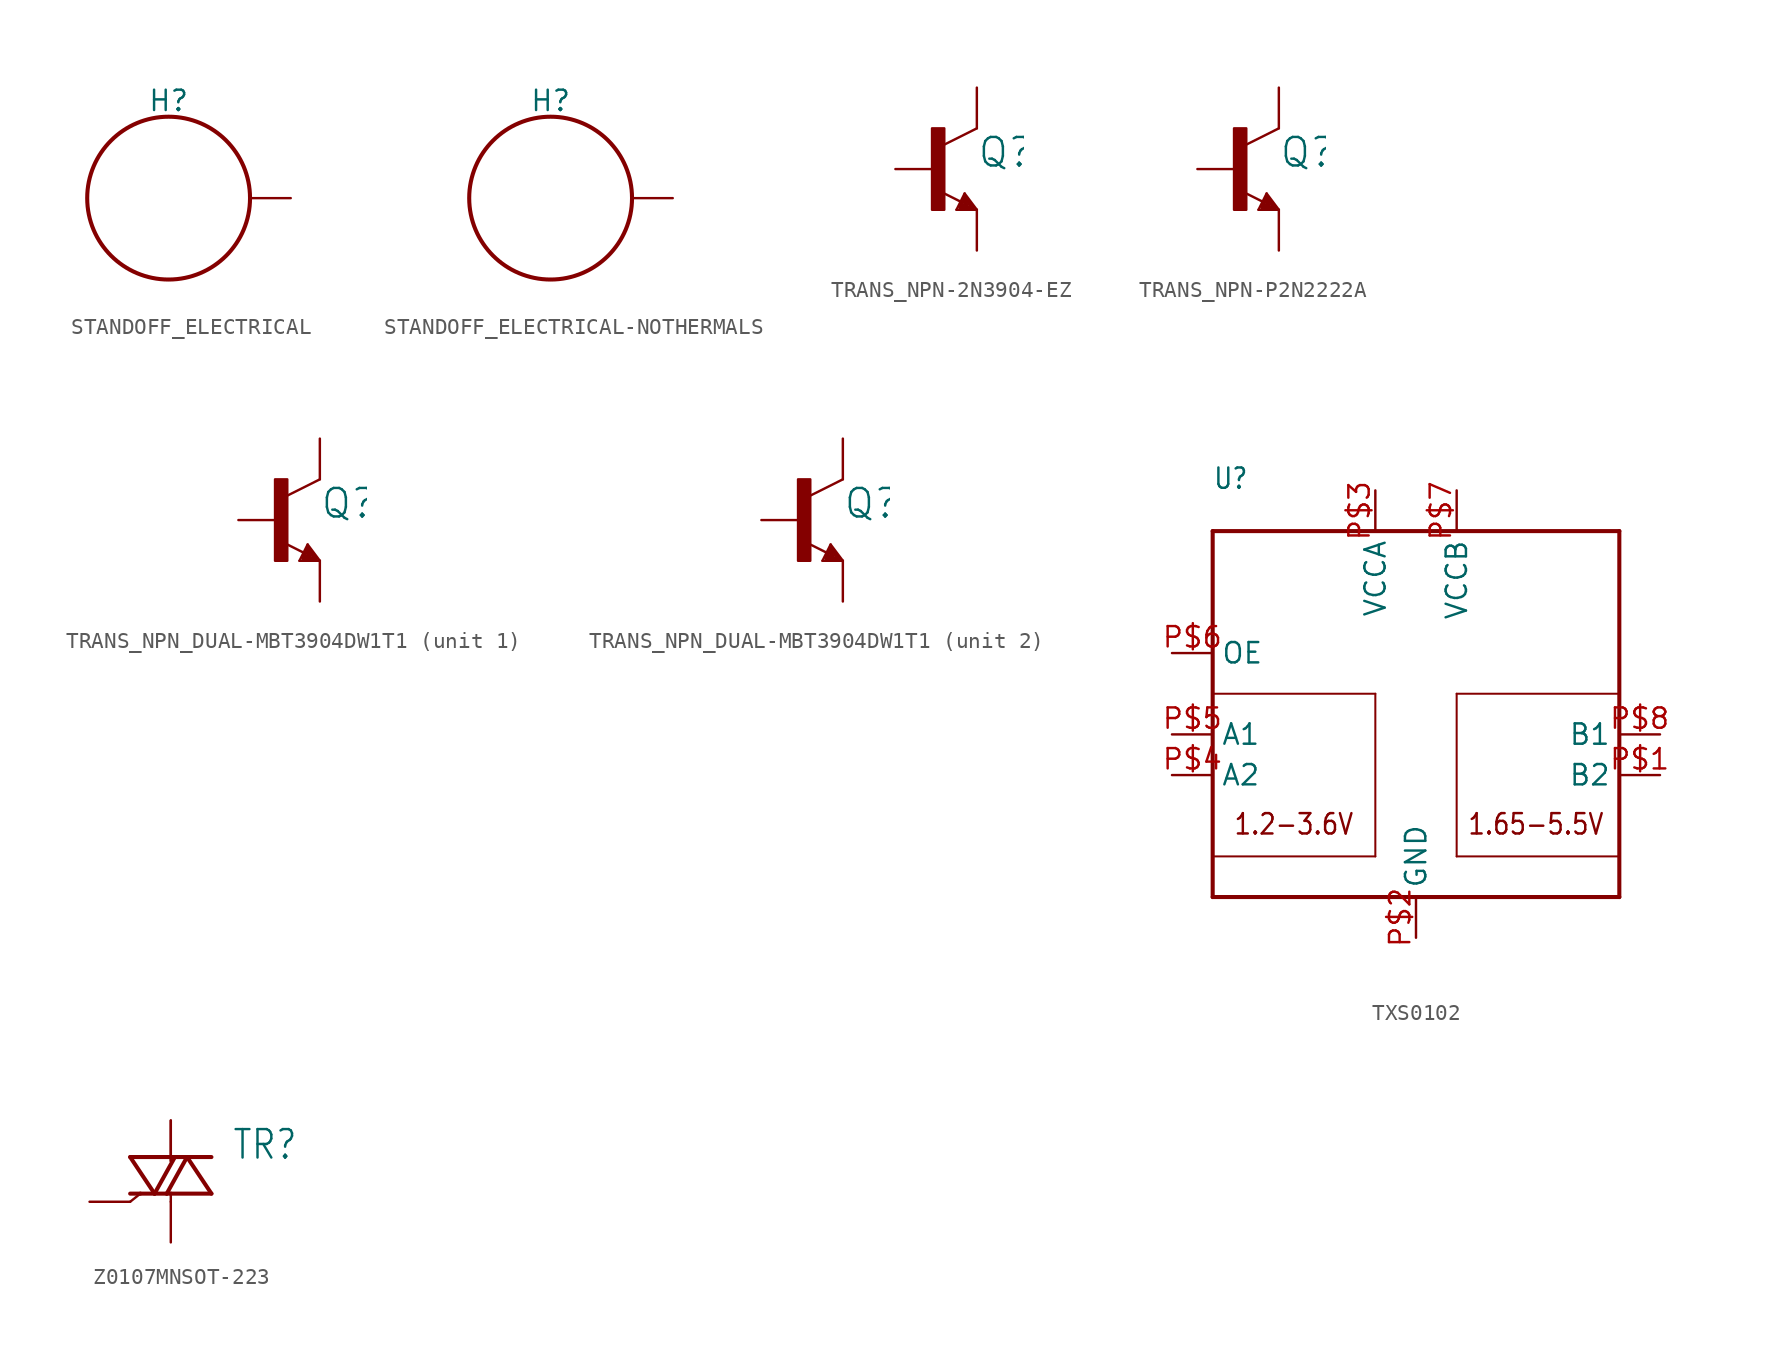
<source format=kicad_sym>
(kicad_symbol_lib
  (version 20220914)
  (generator kicad_symbol_editor)
  (symbol "STANDOFF_ELECTRICAL"
    (property "Reference" "H"
      (at 0 5.334 0)
      (effects (font (size 1.27 1.27)) (justify bottom)))
    (property "Value" ""
      (at 0 -5.334 0)
      (effects (font (size 1.27 1.27)) (justify top)))
    (property "ki_locked" ""
      (at 0 0 0)
      (effects (font (size 1.27 1.27))))
    (symbol "STANDOFF_ELECTRICAL_1_0"
      (circle (center 0 0) (radius 5.08) (stroke (width 0.254) (type solid)) (fill (type none)))
      (pin bidirectional line (at 7.62 0 180) (length 2.54) (name "P$1" (effects (font (size 0 0)))) (number "P1" (effects (font (size 0 0)))))))
  (symbol "STANDOFF_ELECTRICAL-NOTHERMALS"
    (property "Reference" "H"
      (at 0 5.334 0)
      (effects (font (size 1.27 1.27)) (justify bottom)))
    (property "Value" ""
      (at 0 -5.334 0)
      (effects (font (size 1.27 1.27)) (justify top)))
    (property "ki_locked" ""
      (at 0 0 0)
      (effects (font (size 1.27 1.27))))
    (symbol "STANDOFF_ELECTRICAL-NOTHERMALS_1_0"
      (circle (center 0 0) (radius 5.08) (stroke (width 0.254) (type solid)) (fill (type none)))
      (pin bidirectional line (at 7.62 0 180) (length 2.54) (name "P$1" (effects (font (size 0 0)))) (number "P1" (effects (font (size 0 0)))))))
  (symbol "TRANS_NPN-2N3904-EZ"
    (property "Reference" "Q"
      (at 2.54 0 0)
      (effects (font (size 1.778 1.778)) (justify left bottom)))
    (property "Value" ""
      (at 2.54 -2.286 0)
      (effects (font (size 1.778 1.778)) (justify left bottom)))
    (property "ki_locked" ""
      (at 0 0 0)
      (effects (font (size 1.27 1.27))))
    (symbol "TRANS_NPN-2N3904-EZ_1_0"
      (rectangle (start -0.254 -2.54) (end 0.508 2.54) (stroke (width 0) (type default)) (fill (type outline)))
      (polyline (pts (xy 1.27 -2.54) (xy 1.778 -1.524)) (stroke (width 0.152) (type solid)) (fill (type none)))
      (polyline (pts (xy 1.524 -2.413) (xy 2.286 -2.413)) (stroke (width 0.254) (type solid)) (fill (type none)))
      (polyline (pts (xy 1.524 -2.286) (xy 1.905 -2.286)) (stroke (width 0.254) (type solid)) (fill (type none)))
      (polyline (pts (xy 1.54 -2.04) (xy 0.308 -1.424)) (stroke (width 0.152) (type solid)) (fill (type none)))
      (polyline (pts (xy 1.778 -1.778) (xy 1.524 -2.286)) (stroke (width 0.254) (type solid)) (fill (type none)))
      (polyline (pts (xy 1.778 -1.524) (xy 2.54 -2.54)) (stroke (width 0.152) (type solid)) (fill (type none)))
      (polyline (pts (xy 1.905 -2.286) (xy 1.778 -2.032)) (stroke (width 0.254) (type solid)) (fill (type none)))
      (polyline (pts (xy 2.286 -2.413) (xy 1.778 -1.778)) (stroke (width 0.254) (type solid)) (fill (type none)))
      (polyline (pts (xy 2.54 -2.54) (xy 1.27 -2.54)) (stroke (width 0.152) (type solid)) (fill (type none)))
      (polyline (pts (xy 2.54 2.54) (xy 0.508 1.524)) (stroke (width 0.152) (type solid)) (fill (type none)))
      (pin passive line (at 2.54 -5.08 90) (length 2.54) (name "E" (effects (font (size 0 0)))) (number "1" (effects (font (size 0 0)))))
      (pin passive line (at -2.54 0 0) (length 2.54) (name "B" (effects (font (size 0 0)))) (number "2" (effects (font (size 0 0)))))
      (pin passive line (at 2.54 5.08 270) (length 2.54) (name "C" (effects (font (size 0 0)))) (number "3" (effects (font (size 0 0)))))))
  (symbol "TRANS_NPN-P2N2222A"
    (property "Reference" "Q"
      (at 2.54 0 0)
      (effects (font (size 1.778 1.778)) (justify left bottom)))
    (property "Value" ""
      (at 2.54 -2.286 0)
      (effects (font (size 1.778 1.778)) (justify left bottom)))
    (property "ki_locked" ""
      (at 0 0 0)
      (effects (font (size 1.27 1.27))))
    (symbol "TRANS_NPN-P2N2222A_1_0"
      (rectangle (start -0.254 -2.54) (end 0.508 2.54) (stroke (width 0) (type default)) (fill (type outline)))
      (polyline (pts (xy 1.27 -2.54) (xy 1.778 -1.524)) (stroke (width 0.152) (type solid)) (fill (type none)))
      (polyline (pts (xy 1.524 -2.413) (xy 2.286 -2.413)) (stroke (width 0.254) (type solid)) (fill (type none)))
      (polyline (pts (xy 1.524 -2.286) (xy 1.905 -2.286)) (stroke (width 0.254) (type solid)) (fill (type none)))
      (polyline (pts (xy 1.54 -2.04) (xy 0.308 -1.424)) (stroke (width 0.152) (type solid)) (fill (type none)))
      (polyline (pts (xy 1.778 -1.778) (xy 1.524 -2.286)) (stroke (width 0.254) (type solid)) (fill (type none)))
      (polyline (pts (xy 1.778 -1.524) (xy 2.54 -2.54)) (stroke (width 0.152) (type solid)) (fill (type none)))
      (polyline (pts (xy 1.905 -2.286) (xy 1.778 -2.032)) (stroke (width 0.254) (type solid)) (fill (type none)))
      (polyline (pts (xy 2.286 -2.413) (xy 1.778 -1.778)) (stroke (width 0.254) (type solid)) (fill (type none)))
      (polyline (pts (xy 2.54 -2.54) (xy 1.27 -2.54)) (stroke (width 0.152) (type solid)) (fill (type none)))
      (polyline (pts (xy 2.54 2.54) (xy 0.508 1.524)) (stroke (width 0.152) (type solid)) (fill (type none)))
      (pin passive line (at 2.54 5.08 270) (length 2.54) (name "C" (effects (font (size 0 0)))) (number "1" (effects (font (size 0 0)))))
      (pin passive line (at -2.54 0 0) (length 2.54) (name "B" (effects (font (size 0 0)))) (number "2" (effects (font (size 0 0)))))
      (pin passive line (at 2.54 -5.08 90) (length 2.54) (name "E" (effects (font (size 0 0)))) (number "3" (effects (font (size 0 0)))))))
  (symbol "TRANS_NPN_DUAL-MBT3904DW1T1"
    (property "Reference" "Q"
      (at 2.54 0 0)
      (effects (font (size 1.778 1.778)) (justify left bottom)))
    (property "Value" ""
      (at 2.54 -2.286 0)
      (effects (font (size 1.778 1.778)) (justify left bottom)))
    (property "ki_locked" ""
      (at 0 0 0)
      (effects (font (size 1.27 1.27))))
    (symbol "TRANS_NPN_DUAL-MBT3904DW1T1_1_0"
      (rectangle (start -0.254 -2.54) (end 0.508 2.54) (stroke (width 0) (type default)) (fill (type outline)))
      (polyline (pts (xy 1.27 -2.54) (xy 1.778 -1.524)) (stroke (width 0.152) (type solid)) (fill (type none)))
      (polyline (pts (xy 1.524 -2.413) (xy 2.286 -2.413)) (stroke (width 0.254) (type solid)) (fill (type none)))
      (polyline (pts (xy 1.524 -2.286) (xy 1.905 -2.286)) (stroke (width 0.254) (type solid)) (fill (type none)))
      (polyline (pts (xy 1.54 -2.04) (xy 0.308 -1.424)) (stroke (width 0.152) (type solid)) (fill (type none)))
      (polyline (pts (xy 1.778 -1.778) (xy 1.524 -2.286)) (stroke (width 0.254) (type solid)) (fill (type none)))
      (polyline (pts (xy 1.778 -1.524) (xy 2.54 -2.54)) (stroke (width 0.152) (type solid)) (fill (type none)))
      (polyline (pts (xy 1.905 -2.286) (xy 1.778 -2.032)) (stroke (width 0.254) (type solid)) (fill (type none)))
      (polyline (pts (xy 2.286 -2.413) (xy 1.778 -1.778)) (stroke (width 0.254) (type solid)) (fill (type none)))
      (polyline (pts (xy 2.54 -2.54) (xy 1.27 -2.54)) (stroke (width 0.152) (type solid)) (fill (type none)))
      (polyline (pts (xy 2.54 2.54) (xy 0.508 1.524)) (stroke (width 0.152) (type solid)) (fill (type none)))
      (pin passive line (at 2.54 5.08 270) (length 2.54) (name "C" (effects (font (size 0 0)))) (number "3" (effects (font (size 0 0)))))
      (pin passive line (at 2.54 -5.08 90) (length 2.54) (name "E" (effects (font (size 0 0)))) (number "4" (effects (font (size 0 0)))))
      (pin passive line (at -2.54 0 0) (length 2.54) (name "B" (effects (font (size 0 0)))) (number "5" (effects (font (size 0 0))))))
    (symbol "TRANS_NPN_DUAL-MBT3904DW1T1_2_0"
      (rectangle (start -0.254 -2.54) (end 0.508 2.54) (stroke (width 0) (type default)) (fill (type outline)))
      (polyline (pts (xy 1.27 -2.54) (xy 1.778 -1.524)) (stroke (width 0.152) (type solid)) (fill (type none)))
      (polyline (pts (xy 1.524 -2.413) (xy 2.286 -2.413)) (stroke (width 0.254) (type solid)) (fill (type none)))
      (polyline (pts (xy 1.524 -2.286) (xy 1.905 -2.286)) (stroke (width 0.254) (type solid)) (fill (type none)))
      (polyline (pts (xy 1.54 -2.04) (xy 0.308 -1.424)) (stroke (width 0.152) (type solid)) (fill (type none)))
      (polyline (pts (xy 1.778 -1.778) (xy 1.524 -2.286)) (stroke (width 0.254) (type solid)) (fill (type none)))
      (polyline (pts (xy 1.778 -1.524) (xy 2.54 -2.54)) (stroke (width 0.152) (type solid)) (fill (type none)))
      (polyline (pts (xy 1.905 -2.286) (xy 1.778 -2.032)) (stroke (width 0.254) (type solid)) (fill (type none)))
      (polyline (pts (xy 2.286 -2.413) (xy 1.778 -1.778)) (stroke (width 0.254) (type solid)) (fill (type none)))
      (polyline (pts (xy 2.54 -2.54) (xy 1.27 -2.54)) (stroke (width 0.152) (type solid)) (fill (type none)))
      (polyline (pts (xy 2.54 2.54) (xy 0.508 1.524)) (stroke (width 0.152) (type solid)) (fill (type none)))
      (pin passive line (at 2.54 -5.08 90) (length 2.54) (name "E" (effects (font (size 0 0)))) (number "1" (effects (font (size 0 0)))))
      (pin passive line (at -2.54 0 0) (length 2.54) (name "B" (effects (font (size 0 0)))) (number "2" (effects (font (size 0 0)))))
      (pin passive line (at 2.54 5.08 270) (length 2.54) (name "C" (effects (font (size 0 0)))) (number "6" (effects (font (size 0 0)))))))
  (symbol "TXS0102"
    (property "Reference" "U"
      (at -12.7 12.7 0)
      (effects (font (size 1.27 1.079)) (justify left bottom)))
    (property "Value" ""
      (at -12.7 -15.24 0)
      (effects (font (size 1.27 1.079)) (justify left bottom)))
    (property "ki_locked" ""
      (at 0 0 0)
      (effects (font (size 1.27 1.27))))
    (symbol "TXS0102_1_0"
      (polyline (pts (xy -12.7 -12.7) (xy -12.7 10.16)) (stroke (width 0.254) (type solid)) (fill (type none)))
      (polyline (pts (xy -12.7 -10.16) (xy -2.54 -10.16)) (stroke (width 0.127) (type solid)) (fill (type none)))
      (polyline (pts (xy -12.7 10.16) (xy 12.7 10.16)) (stroke (width 0.254) (type solid)) (fill (type none)))
      (polyline (pts (xy -2.54 -10.16) (xy -2.54 0)) (stroke (width 0.127) (type solid)) (fill (type none)))
      (polyline (pts (xy -2.54 0) (xy -12.7 0)) (stroke (width 0.127) (type solid)) (fill (type none)))
      (polyline (pts (xy 2.54 -10.16) (xy 12.7 -10.16)) (stroke (width 0.127) (type solid)) (fill (type none)))
      (polyline (pts (xy 2.54 0) (xy 2.54 -10.16)) (stroke (width 0.127) (type solid)) (fill (type none)))
      (polyline (pts (xy 12.7 -12.7) (xy -12.7 -12.7)) (stroke (width 0.254) (type solid)) (fill (type none)))
      (polyline (pts (xy 12.7 0) (xy 2.54 0)) (stroke (width 0.127) (type solid)) (fill (type none)))
      (polyline (pts (xy 12.7 10.16) (xy 12.7 -12.7)) (stroke (width 0.254) (type solid)) (fill (type none)))
      (text "1.2-3.6V" (at -11.43 -8.89 0) (effects (font (size 1.27 1.079)) (justify left bottom)))
      (text "1.65-5.5V" (at 3.175 -8.89 0) (effects (font (size 1.27 1.079)) (justify left bottom)))
      (pin bidirectional line (at 15.24 -5.08 180) (length 2.54) (name "B2" (effects (font (size 1.27 1.27)))) (number "P$1" (effects (font (size 1.27 1.27)))))
      (pin bidirectional line (at 0 -15.24 90) (length 2.54) (name "GND" (effects (font (size 1.27 1.27)))) (number "P$2" (effects (font (size 1.27 1.27)))))
      (pin bidirectional line (at -2.54 12.7 270) (length 2.54) (name "VCCA" (effects (font (size 1.27 1.27)))) (number "P$3" (effects (font (size 1.27 1.27)))))
      (pin bidirectional line (at -15.24 -5.08 0) (length 2.54) (name "A2" (effects (font (size 1.27 1.27)))) (number "P$4" (effects (font (size 1.27 1.27)))))
      (pin bidirectional line (at -15.24 -2.54 0) (length 2.54) (name "A1" (effects (font (size 1.27 1.27)))) (number "P$5" (effects (font (size 1.27 1.27)))))
      (pin bidirectional line (at -15.24 2.54 0) (length 2.54) (name "OE" (effects (font (size 1.27 1.27)))) (number "P$6" (effects (font (size 1.27 1.27)))))
      (pin bidirectional line (at 2.54 12.7 270) (length 2.54) (name "VCCB" (effects (font (size 1.27 1.27)))) (number "P$7" (effects (font (size 1.27 1.27)))))
      (pin bidirectional line (at 15.24 -2.54 180) (length 2.54) (name "B1" (effects (font (size 1.27 1.27)))) (number "P$8" (effects (font (size 1.27 1.27)))))))
  (symbol "Z0107MNSOT-223"
    (property "Reference" "TR"
      (at 3.81 2.54 0)
      (effects (font (size 1.778 1.511)) (justify left bottom)))
    (property "Value" ""
      (at 3.81 0 0)
      (effects (font (size 1.778 1.511)) (justify left bottom)))
    (property "ki_locked" ""
      (at 0 0 0)
      (effects (font (size 1.27 1.27))))
    (symbol "Z0107MNSOT-223_1_0"
      (polyline (pts (xy -2.54 2.794) (xy -1.016 0.508)) (stroke (width 0.254) (type solid)) (fill (type none)))
      (polyline (pts (xy -1.905 0.508) (xy -2.54 0)) (stroke (width 0.152) (type solid)) (fill (type none)))
      (polyline (pts (xy -1.905 0.508) (xy -2.54 0.508)) (stroke (width 0.254) (type solid)) (fill (type none)))
      (polyline (pts (xy -1.016 0.508) (xy -1.905 0.508)) (stroke (width 0.254) (type solid)) (fill (type none)))
      (polyline (pts (xy -1.016 0.508) (xy -0.254 0.508)) (stroke (width 0.254) (type solid)) (fill (type none)))
      (polyline (pts (xy -1.016 0.508) (xy 0.254 2.794)) (stroke (width 0.254) (type solid)) (fill (type none)))
      (polyline (pts (xy -0.254 0.508) (xy 1.016 2.794)) (stroke (width 0.254) (type solid)) (fill (type none)))
      (polyline (pts (xy 0 0) (xy 0 0.508)) (stroke (width 0.152) (type solid)) (fill (type none)))
      (polyline (pts (xy 0 0.508) (xy -0.254 0.508)) (stroke (width 0.254) (type solid)) (fill (type none)))
      (polyline (pts (xy 0.254 2.794) (xy -2.54 2.794)) (stroke (width 0.254) (type solid)) (fill (type none)))
      (polyline (pts (xy 1.016 2.794) (xy 0.254 2.794)) (stroke (width 0.254) (type solid)) (fill (type none)))
      (polyline (pts (xy 1.016 2.794) (xy 2.54 0.508)) (stroke (width 0.254) (type solid)) (fill (type none)))
      (polyline (pts (xy 1.016 2.794) (xy 2.54 2.794)) (stroke (width 0.254) (type solid)) (fill (type none)))
      (polyline (pts (xy 2.54 0.508) (xy 0 0.508)) (stroke (width 0.254) (type solid)) (fill (type none)))
      (pin passive line (at 0 -2.54 90) (length 2.54) (name "A1" (effects (font (size 0 0)))) (number "1" (effects (font (size 0 0)))))
      (pin passive line (at 0 5.08 270) (length 2.54) (name "A2" (effects (font (size 0 0)))) (number "2" (effects (font (size 0 0)))))
      (pin passive line (at -5.08 0 0) (length 2.54) (name "G" (effects (font (size 0 0)))) (number "3" (effects (font (size 0 0)))))
      (pin passive line (at 0 5.08 270) (length 2.54) (name "A2" (effects (font (size 0 0)))) (number "4" (effects (font (size 0 0))))))))
</source>
